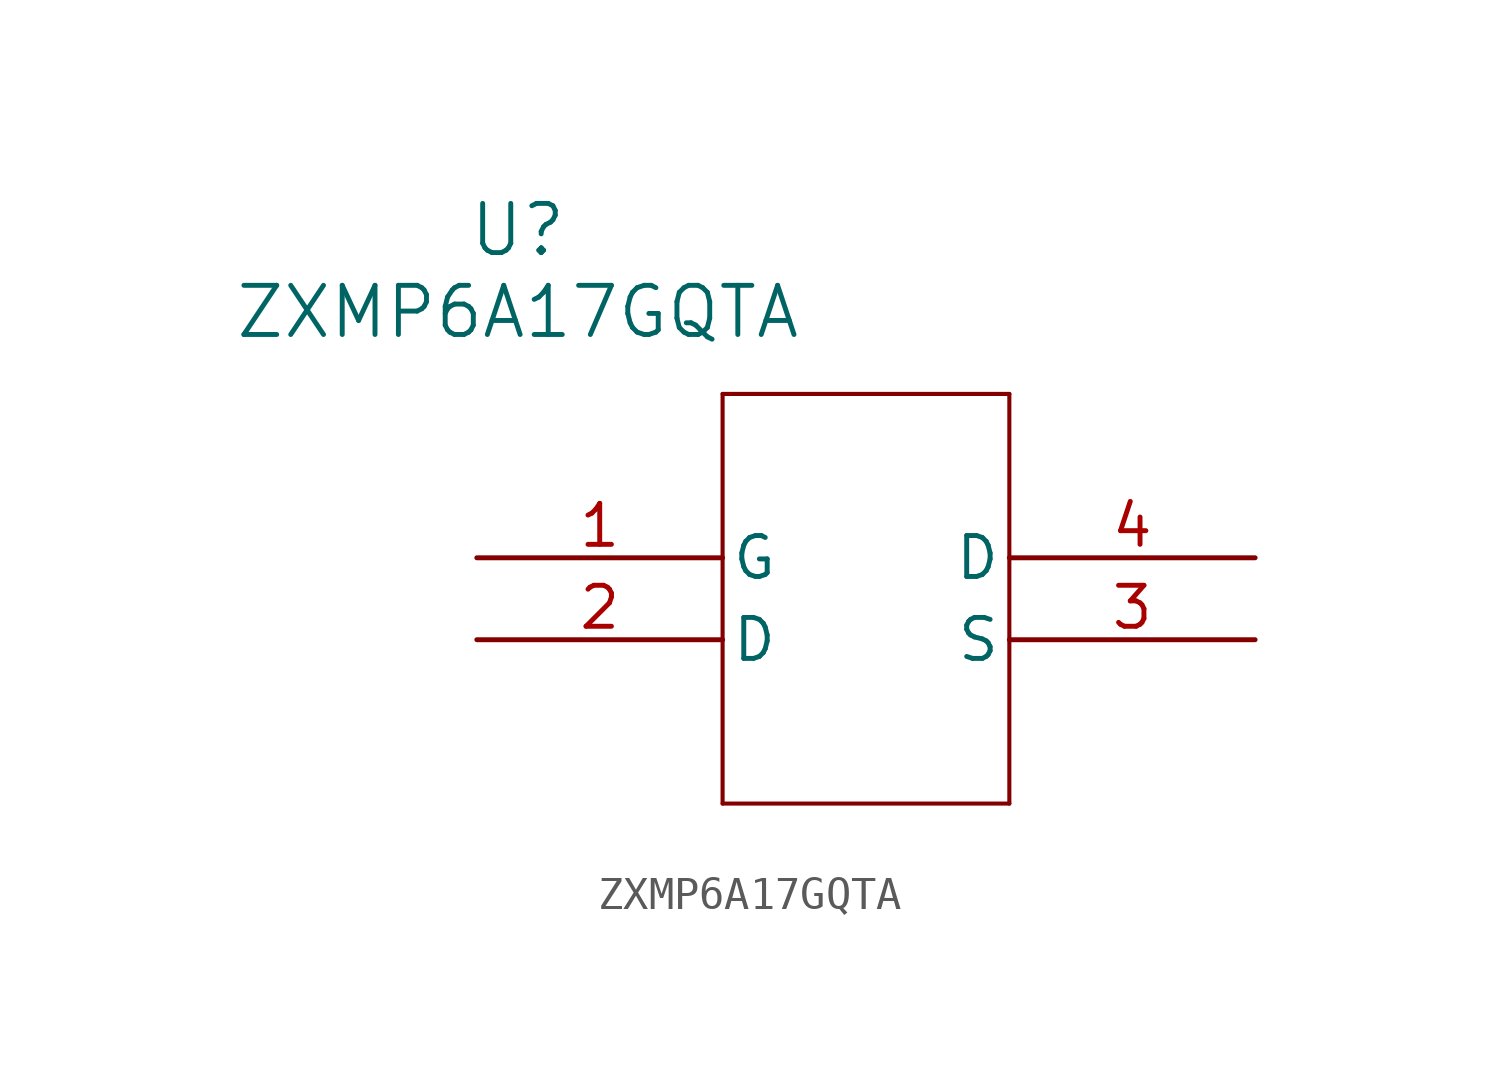
<source format=kicad_sym>
(kicad_symbol_lib
  (version 20231120)
  (generator "kicad_symbol_editor")
  (generator_version "8.0")
  (symbol "ZXMP6A17GQTA"
    (pin_names
      (offset 0.254))
    (property "Reference" "U"
      (at 22.86 10.16 0)
      (effects (font (size 1.524 1.524))))
    (property "Value" "ZXMP6A17GQTA"
      (at 22.86 7.62 0)
      (effects (font (size 1.524 1.524))))
    (property "ki_locked" ""
      (at 0 0 0)
      (effects (font (size 1.27 1.27))))
    (symbol "ZXMP6A17GQTA_0_1"
      (polyline (pts (xy 29.21 -7.62) (xy 38.1 -7.62)) (stroke (width 0.127) (type default)) (fill (type none)))
      (polyline (pts (xy 29.21 5.08) (xy 29.21 -7.62)) (stroke (width 0.127) (type default)) (fill (type none)))
      (polyline (pts (xy 38.1 -7.62) (xy 38.1 5.08)) (stroke (width 0.127) (type default)) (fill (type none)))
      (polyline (pts (xy 38.1 5.08) (xy 29.21 5.08)) (stroke (width 0.127) (type default)) (fill (type none)))
      (pin unspecified line (at 21.59 0 0) (length 7.62) (name "G" (effects (font (size 1.27 1.27)))) (number "1" (effects (font (size 1.27 1.27)))))
      (pin unspecified line (at 21.59 -2.54 0) (length 7.62) (name "D" (effects (font (size 1.27 1.27)))) (number "2" (effects (font (size 1.27 1.27)))))
      (pin unspecified line (at 45.72 -2.54 180) (length 7.62) (name "S" (effects (font (size 1.27 1.27)))) (number "3" (effects (font (size 1.27 1.27)))))
      (pin unspecified line (at 45.72 0 180) (length 7.62) (name "D" (effects (font (size 1.27 1.27)))) (number "4" (effects (font (size 1.27 1.27))))))))
</source>
